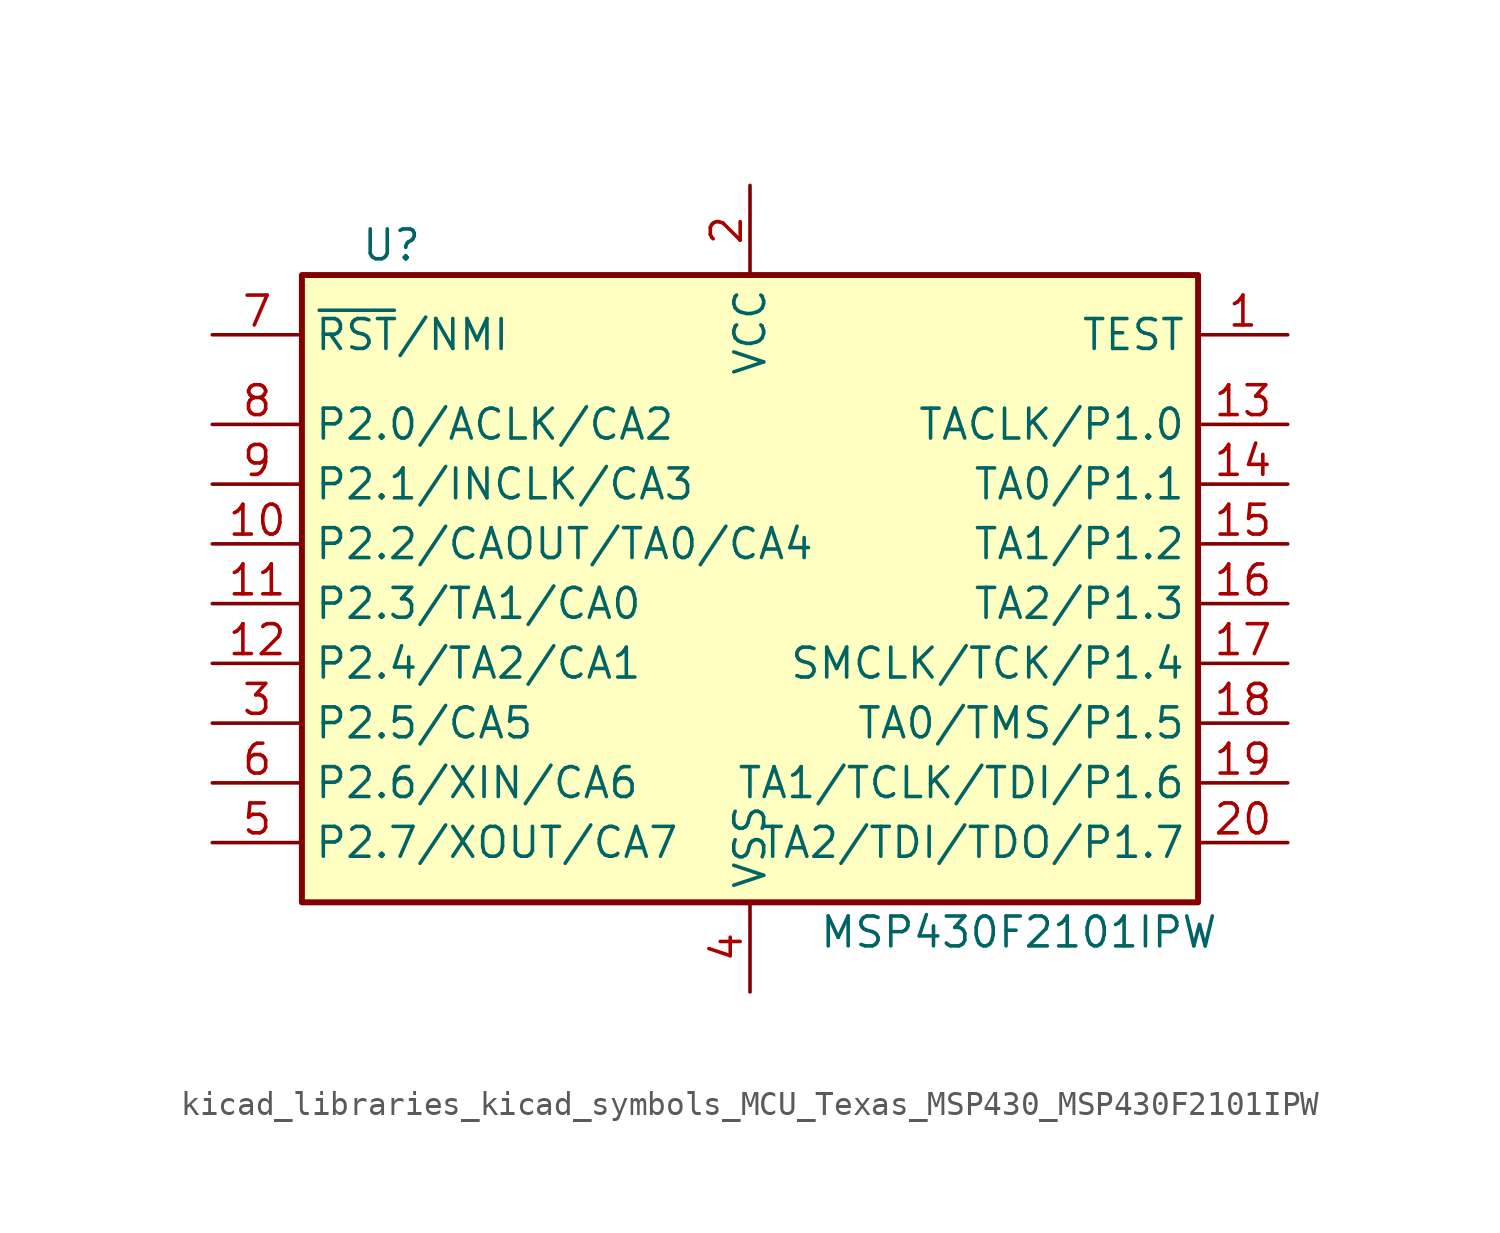
<source format=kicad_sym>
(kicad_symbol_lib
  (version 20220914)
  (generator kicad_symbol_editor)
  (symbol "kicad_libraries_kicad_symbols_MCU_Texas_MSP430_MSP430F2101IPW"
    (property "Reference" "U"
      (at -15.24 15.24 0)
      (effects (font (size 1.27 1.27))))
    (property "Value" "MSP430F2101IPW"
      (at 11.43 -13.97 0)
      (effects (font (size 1.27 1.27))))
    (symbol "kicad_libraries_kicad_symbols_MCU_Texas_MSP430_MSP430F2101IPW_0_1"
      (rectangle (start -19.05 13.97) (end 19.05 -12.7) (stroke (width 0.254) (type default)) (fill (type background))))
    (symbol "kicad_libraries_kicad_symbols_MCU_Texas_MSP430_MSP430F2101IPW_1_1"
      (pin input line (at 22.86 11.43 180) (length 3.81) (name "TEST" (effects (font (size 1.27 1.27)))) (number "1" (effects (font (size 1.27 1.27)))))
      (pin bidirectional line (at -22.86 2.54 0) (length 3.81) (name "P2.2/CAOUT/TA0/CA4" (effects (font (size 1.27 1.27)))) (number "10" (effects (font (size 1.27 1.27)))))
      (pin bidirectional line (at -22.86 0 0) (length 3.81) (name "P2.3/TA1/CA0" (effects (font (size 1.27 1.27)))) (number "11" (effects (font (size 1.27 1.27)))))
      (pin bidirectional line (at -22.86 -2.54 0) (length 3.81) (name "P2.4/TA2/CA1" (effects (font (size 1.27 1.27)))) (number "12" (effects (font (size 1.27 1.27)))))
      (pin bidirectional line (at 22.86 7.62 180) (length 3.81) (name "TACLK/P1.0" (effects (font (size 1.27 1.27)))) (number "13" (effects (font (size 1.27 1.27)))))
      (pin bidirectional line (at 22.86 5.08 180) (length 3.81) (name "TA0/P1.1" (effects (font (size 1.27 1.27)))) (number "14" (effects (font (size 1.27 1.27)))))
      (pin bidirectional line (at 22.86 2.54 180) (length 3.81) (name "TA1/P1.2" (effects (font (size 1.27 1.27)))) (number "15" (effects (font (size 1.27 1.27)))))
      (pin bidirectional line (at 22.86 0 180) (length 3.81) (name "TA2/P1.3" (effects (font (size 1.27 1.27)))) (number "16" (effects (font (size 1.27 1.27)))))
      (pin bidirectional line (at 22.86 -2.54 180) (length 3.81) (name "SMCLK/TCK/P1.4" (effects (font (size 1.27 1.27)))) (number "17" (effects (font (size 1.27 1.27)))))
      (pin bidirectional line (at 22.86 -5.08 180) (length 3.81) (name "TA0/TMS/P1.5" (effects (font (size 1.27 1.27)))) (number "18" (effects (font (size 1.27 1.27)))))
      (pin bidirectional line (at 22.86 -7.62 180) (length 3.81) (name "TA1/TCLK/TDI/P1.6" (effects (font (size 1.27 1.27)))) (number "19" (effects (font (size 1.27 1.27)))))
      (pin power_in line (at 0 17.78 270) (length 3.81) (name "VCC" (effects (font (size 1.27 1.27)))) (number "2" (effects (font (size 1.27 1.27)))))
      (pin bidirectional line (at 22.86 -10.16 180) (length 3.81) (name "TA2/TDI/TDO/P1.7" (effects (font (size 1.27 1.27)))) (number "20" (effects (font (size 1.27 1.27)))))
      (pin bidirectional line (at -22.86 -5.08 0) (length 3.81) (name "P2.5/CA5" (effects (font (size 1.27 1.27)))) (number "3" (effects (font (size 1.27 1.27)))))
      (pin power_in line (at 0 -16.51 90) (length 3.81) (name "VSS" (effects (font (size 1.27 1.27)))) (number "4" (effects (font (size 1.27 1.27)))))
      (pin bidirectional line (at -22.86 -10.16 0) (length 3.81) (name "P2.7/XOUT/CA7" (effects (font (size 1.27 1.27)))) (number "5" (effects (font (size 1.27 1.27)))))
      (pin bidirectional line (at -22.86 -7.62 0) (length 3.81) (name "P2.6/XIN/CA6" (effects (font (size 1.27 1.27)))) (number "6" (effects (font (size 1.27 1.27)))))
      (pin input line (at -22.86 11.43 0) (length 3.81) (name "~{RST}/NMI" (effects (font (size 1.27 1.27)))) (number "7" (effects (font (size 1.27 1.27)))))
      (pin bidirectional line (at -22.86 7.62 0) (length 3.81) (name "P2.0/ACLK/CA2" (effects (font (size 1.27 1.27)))) (number "8" (effects (font (size 1.27 1.27)))))
      (pin bidirectional line (at -22.86 5.08 0) (length 3.81) (name "P2.1/INCLK/CA3" (effects (font (size 1.27 1.27)))) (number "9" (effects (font (size 1.27 1.27))))))))
</source>
